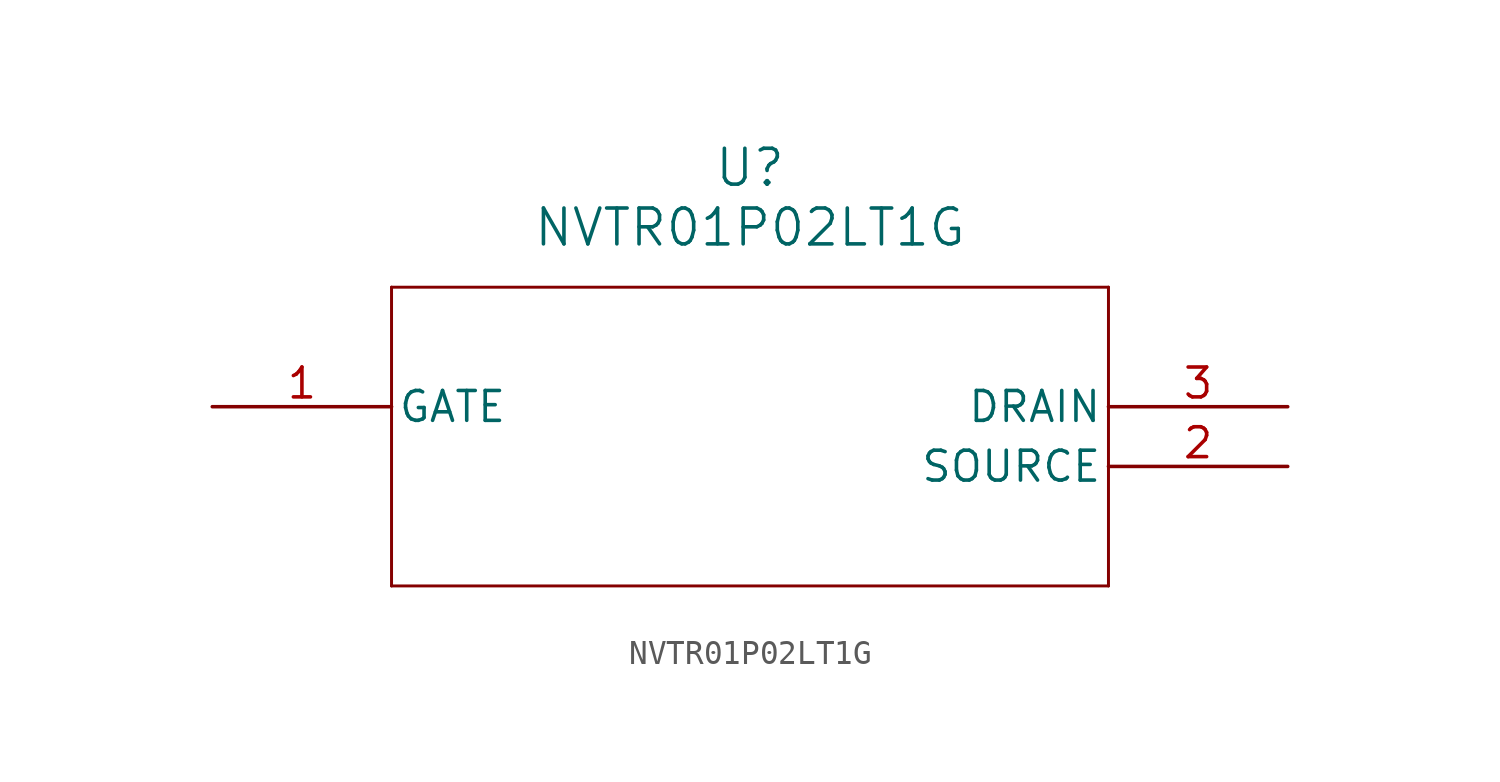
<source format=kicad_sym>
(kicad_symbol_lib
  (version 20211014)
  (generator kicad_symbol_editor)
  (symbol "NVTR01P02LT1G"
    (pin_names
      (offset 0.254))
    (property "Reference" "U"
      (at 22.86 10.16 0)
      (effects (font (size 1.524 1.524))))
    (property "Value" "NVTR01P02LT1G"
      (at 22.86 7.62 0)
      (effects (font (size 1.524 1.524))))
    (symbol "NVTR01P02LT1G_0_1"
      (polyline (pts (xy 7.62 5.08) (xy 7.62 -7.62)) (stroke (width 0.127) (type default) (color 0 0 0 0)) (fill (type none)))
      (polyline (pts (xy 7.62 -7.62) (xy 38.1 -7.62)) (stroke (width 0.127) (type default) (color 0 0 0 0)) (fill (type none)))
      (polyline (pts (xy 38.1 -7.62) (xy 38.1 5.08)) (stroke (width 0.127) (type default) (color 0 0 0 0)) (fill (type none)))
      (polyline (pts (xy 38.1 5.08) (xy 7.62 5.08)) (stroke (width 0.127) (type default) (color 0 0 0 0)) (fill (type none)))
      (pin unspecified line (at 0 0 0) (length 7.62) (name "GATE" (effects (font (size 1.27 1.27)))) (number "1" (effects (font (size 1.27 1.27)))))
      (pin unspecified line (at 45.72 -2.54 180) (length 7.62) (name "SOURCE" (effects (font (size 1.27 1.27)))) (number "2" (effects (font (size 1.27 1.27)))))
      (pin unspecified line (at 45.72 0 180) (length 7.62) (name "DRAIN" (effects (font (size 1.27 1.27)))) (number "3" (effects (font (size 1.27 1.27))))))))
</source>
